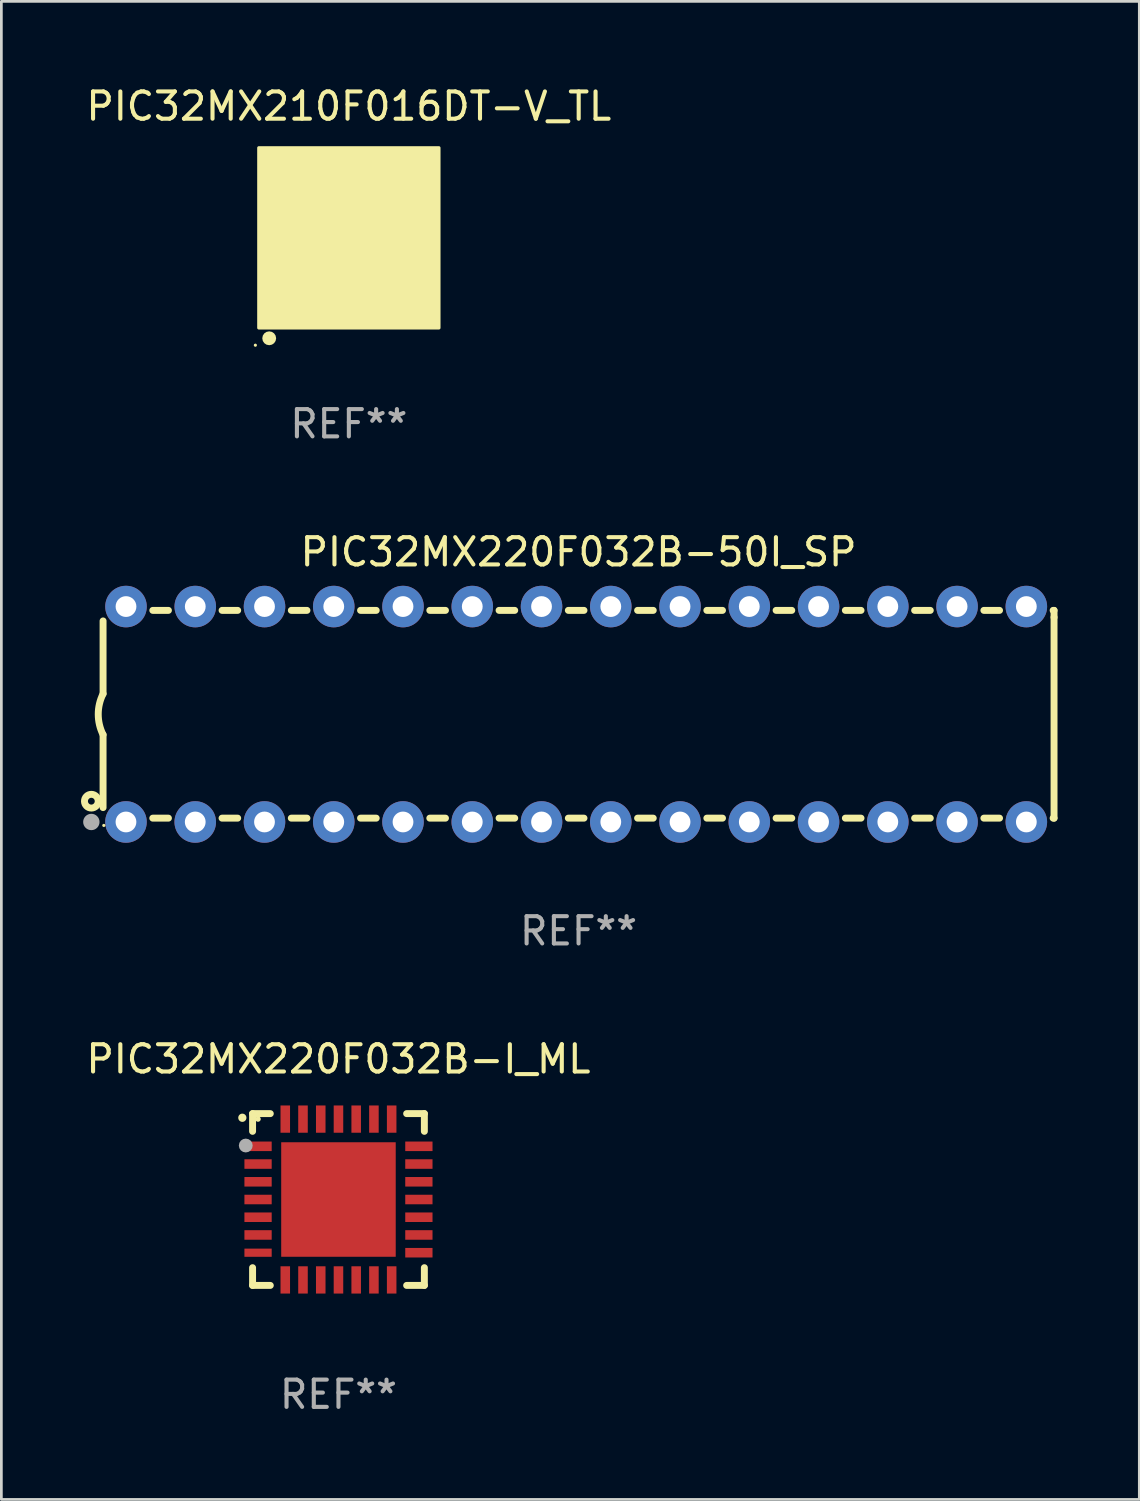
<source format=kicad_pcb>
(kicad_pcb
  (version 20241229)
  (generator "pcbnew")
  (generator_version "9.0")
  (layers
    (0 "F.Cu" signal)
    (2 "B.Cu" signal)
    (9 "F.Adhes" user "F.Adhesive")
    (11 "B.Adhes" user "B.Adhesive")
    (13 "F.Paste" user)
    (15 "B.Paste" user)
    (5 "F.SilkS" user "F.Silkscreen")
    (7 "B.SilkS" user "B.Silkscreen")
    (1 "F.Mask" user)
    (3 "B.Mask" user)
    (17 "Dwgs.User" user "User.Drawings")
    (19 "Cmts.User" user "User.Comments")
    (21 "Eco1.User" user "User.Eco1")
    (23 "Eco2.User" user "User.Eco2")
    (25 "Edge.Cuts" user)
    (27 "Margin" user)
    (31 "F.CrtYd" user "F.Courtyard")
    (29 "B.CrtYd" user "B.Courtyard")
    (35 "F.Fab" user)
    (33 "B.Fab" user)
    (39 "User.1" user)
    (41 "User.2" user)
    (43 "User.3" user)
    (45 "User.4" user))
  (footprint "PIC32MX220F032B-I_ML"
    (layer "F.Cu")
    (at 9.363 40.941)
    (property "Reference" "PIC32MX220F032B-I_ML" (at 0 -5.15 0) (layer "F.SilkS") (effects (font (size 1 1) (thickness 0.15))))
    (attr through_hole)
    (fp_line (start -3.15 -3.15) (end -2.5 -3.15) (stroke (width 0.254) (type solid)) (layer "F.SilkS"))
    (fp_line (start -3.15 -2.5) (end -3.15 -3.15) (stroke (width 0.254) (type solid)) (layer "F.SilkS"))
    (fp_line (start -3.15 3.15) (end -3.15 2.5) (stroke (width 0.254) (type solid)) (layer "F.SilkS"))
    (fp_line (start -2.5 3.15) (end -3.15 3.15) (stroke (width 0.254) (type solid)) (layer "F.SilkS"))
    (fp_line (start 2.5 -3.15) (end 3.15 -3.15) (stroke (width 0.254) (type solid)) (layer "F.SilkS"))
    (fp_line (start 2.5 3.15) (end 3.15 3.15) (stroke (width 0.254) (type solid)) (layer "F.SilkS"))
    (fp_line (start 3.15 -3.15) (end 3.15 -2.5) (stroke (width 0.254) (type solid)) (layer "F.SilkS"))
    (fp_line (start 3.15 3.15) (end 3.15 2.5) (stroke (width 0.254) (type solid)) (layer "F.SilkS"))
    (fp_arc (start -3.525527 -2.997206) (mid -3.525532 -2.998476) (end -3.525527 -2.999746) (stroke (width 0.3) (type solid)) (layer "F.SilkS"))
    (fp_circle (center -2.95 -2.95) (end -2.9 -2.95) (stroke (width 0.1) (type solid)) (fill no) (layer "F.SilkS"))
    (fp_circle (center -3.4 -1.98) (end -3.273 -1.98) (stroke (width 0.254) (type solid)) (fill no) (layer "F.Fab"))
    (fp_text user "REF**" (at 0 7.15 0) (layer "F.Fab") (effects (font (size 1 1) (thickness 0.15))))
    (pad "1" smd rect (at -2.949 -1.951 90) (size 0.35 1) (layers "F.Cu" "F.Mask" "F.Paste"))
    (pad "2" smd rect (at -2.949 -1.301 90) (size 0.35 1) (layers "F.Cu" "F.Mask" "F.Paste"))
    (pad "3" smd rect (at -2.949 -0.65 90) (size 0.35 1) (layers "F.Cu" "F.Mask" "F.Paste"))
    (pad "4" smd rect (at -2.949 -0.000025 90) (size 0.35 1) (layers "F.Cu" "F.Mask" "F.Paste"))
    (pad "5" smd rect (at -2.949 0.65 90) (size 0.35 1) (layers "F.Cu" "F.Mask" "F.Paste"))
    (pad "6" smd rect (at -2.949 1.3 90) (size 0.35 1) (layers "F.Cu" "F.Mask" "F.Paste"))
    (pad "7" smd rect (at -2.949 1.951 90) (size 0.3 1) (layers "F.Cu" "F.Mask" "F.Paste"))
    (pad "8" smd rect (at -1.951 2.949) (size 0.35 1) (layers "F.Cu" "F.Mask" "F.Paste"))
    (pad "9" smd rect (at -1.301 2.949) (size 0.35 1) (layers "F.Cu" "F.Mask" "F.Paste"))
    (pad "10" smd rect (at -0.65 2.949) (size 0.35 1) (layers "F.Cu" "F.Mask" "F.Paste"))
    (pad "11" smd rect (at -0.000076 2.949) (size 0.35 1) (layers "F.Cu" "F.Mask" "F.Paste"))
    (pad "12" smd rect (at 0.65 2.949) (size 0.35 1) (layers "F.Cu" "F.Mask" "F.Paste"))
    (pad "13" smd rect (at 1.3 2.949) (size 0.35 1) (layers "F.Cu" "F.Mask" "F.Paste"))
    (pad "14" smd rect (at 1.951 2.949) (size 0.35 1) (layers "F.Cu" "F.Mask" "F.Paste"))
    (pad "15" smd rect (at 2.949 1.951 90) (size 0.35 1) (layers "F.Cu" "F.Mask" "F.Paste"))
    (pad "16" smd rect (at 2.949 1.3 90) (size 0.35 1) (layers "F.Cu" "F.Mask" "F.Paste"))
    (pad "17" smd rect (at 2.949 0.65 90) (size 0.35 1) (layers "F.Cu" "F.Mask" "F.Paste"))
    (pad "18" smd rect (at 2.949 -0.000025 90) (size 0.35 1) (layers "F.Cu" "F.Mask" "F.Paste"))
    (pad "19" smd rect (at 2.949 -0.65 90) (size 0.35 1) (layers "F.Cu" "F.Mask" "F.Paste"))
    (pad "20" smd rect (at 2.949 -1.301 90) (size 0.35 1) (layers "F.Cu" "F.Mask" "F.Paste"))
    (pad "21" smd rect (at 2.949 -1.951 90) (size 0.35 1) (layers "F.Cu" "F.Mask" "F.Paste"))
    (pad "22" smd rect (at 1.951 -2.949) (size 0.35 1) (layers "F.Cu" "F.Mask" "F.Paste"))
    (pad "23" smd rect (at 1.3 -2.949) (size 0.35 1) (layers "F.Cu" "F.Mask" "F.Paste"))
    (pad "24" smd rect (at 0.65 -2.949) (size 0.35 1) (layers "F.Cu" "F.Mask" "F.Paste"))
    (pad "25" smd rect (at -0.000076 -2.949) (size 0.35 1) (layers "F.Cu" "F.Mask" "F.Paste"))
    (pad "26" smd rect (at -0.65 -2.949) (size 0.35 1) (layers "F.Cu" "F.Mask" "F.Paste"))
    (pad "27" smd rect (at -1.301 -2.949) (size 0.35 1) (layers "F.Cu" "F.Mask" "F.Paste"))
    (pad "28" smd rect (at -1.951 -2.949) (size 0.35 1) (layers "F.Cu" "F.Mask" "F.Paste"))
    (pad "29" smd rect (at -0.000076 -0.000025) (size 4.2 4.2) (layers "F.Cu" "F.Mask" "F.Paste")))
  (footprint "PIC32MX220F032B-50I_SP"
    (layer "F.Cu")
    (at 18.168 23.145)
    (property "Reference" "PIC32MX220F032B-50I_SP" (at 0 -5.95 0) (layer "F.SilkS") (effects (font (size 1 1) (thickness 0.15))))
    (attr through_hole)
    (fp_line (start -17.438 0.75) (end -17.438 3.423) (stroke (width 0.254) (type solid)) (layer "F.SilkS"))
    (fp_line (start -17.438 -3.423) (end -17.438 -0.75) (stroke (width 0.254) (type solid)) (layer "F.SilkS"))
    (fp_line (start -15.615 3.81) (end -15.041 3.81) (stroke (width 0.254) (type solid)) (layer "F.SilkS"))
    (fp_line (start -15.041 -3.81) (end -15.614 -3.81) (stroke (width 0.254) (type solid)) (layer "F.SilkS"))
    (fp_line (start -13.075 3.81) (end -12.501 3.81) (stroke (width 0.254) (type solid)) (layer "F.SilkS"))
    (fp_line (start -12.501 -3.81) (end -13.074 -3.81) (stroke (width 0.254) (type solid)) (layer "F.SilkS"))
    (fp_line (start -10.535 3.81) (end -9.961 3.81) (stroke (width 0.254) (type solid)) (layer "F.SilkS"))
    (fp_line (start -9.961 -3.81) (end -10.534 -3.81) (stroke (width 0.254) (type solid)) (layer "F.SilkS"))
    (fp_line (start -7.995 3.81) (end -7.421 3.81) (stroke (width 0.254) (type solid)) (layer "F.SilkS"))
    (fp_line (start -7.421 -3.81) (end -7.995 -3.81) (stroke (width 0.254) (type solid)) (layer "F.SilkS"))
    (fp_line (start -5.455 3.81) (end -4.881 3.81) (stroke (width 0.254) (type solid)) (layer "F.SilkS"))
    (fp_line (start -4.881 -3.81) (end -5.455 -3.81) (stroke (width 0.254) (type solid)) (layer "F.SilkS"))
    (fp_line (start -2.915 3.81) (end -2.341 3.81) (stroke (width 0.254) (type solid)) (layer "F.SilkS"))
    (fp_line (start -2.341 -3.81) (end -2.915 -3.81) (stroke (width 0.254) (type solid)) (layer "F.SilkS"))
    (fp_line (start -0.375 3.81) (end 0.199 3.81) (stroke (width 0.254) (type solid)) (layer "F.SilkS"))
    (fp_line (start 0.199 -3.81) (end -0.375 -3.81) (stroke (width 0.254) (type solid)) (layer "F.SilkS"))
    (fp_line (start 2.165 3.81) (end 2.739 3.81) (stroke (width 0.254) (type solid)) (layer "F.SilkS"))
    (fp_line (start 2.739 -3.81) (end 2.165 -3.81) (stroke (width 0.254) (type solid)) (layer "F.SilkS"))
    (fp_line (start 4.705 3.81) (end 5.279 3.81) (stroke (width 0.254) (type solid)) (layer "F.SilkS"))
    (fp_line (start 5.279 -3.81) (end 4.705 -3.81) (stroke (width 0.254) (type solid)) (layer "F.SilkS"))
    (fp_line (start 7.245 3.81) (end 7.819 3.81) (stroke (width 0.254) (type solid)) (layer "F.SilkS"))
    (fp_line (start 7.819 -3.81) (end 7.245 -3.81) (stroke (width 0.254) (type solid)) (layer "F.SilkS"))
    (fp_line (start 9.785 3.81) (end 10.359 3.81) (stroke (width 0.254) (type solid)) (layer "F.SilkS"))
    (fp_line (start 10.359 -3.81) (end 9.785 -3.81) (stroke (width 0.254) (type solid)) (layer "F.SilkS"))
    (fp_line (start 12.325 3.81) (end 12.899 3.81) (stroke (width 0.254) (type solid)) (layer "F.SilkS"))
    (fp_line (start 12.899 -3.81) (end 12.325 -3.81) (stroke (width 0.254) (type solid)) (layer "F.SilkS"))
    (fp_line (start 14.865 3.81) (end 15.439 3.81) (stroke (width 0.254) (type solid)) (layer "F.SilkS"))
    (fp_line (start 15.439 -3.81) (end 14.865 -3.81) (stroke (width 0.254) (type solid)) (layer "F.SilkS"))
    (fp_line (start 17.405 3.81) (end 17.438 3.81) (stroke (width 0.254) (type solid)) (layer "F.SilkS"))
    (fp_line (start 17.438 -3.81) (end 17.405 -3.81) (stroke (width 0.254) (type solid)) (layer "F.SilkS"))
    (fp_line (start 17.438 -3.556) (end 17.438 -3.81) (stroke (width 0.254) (type solid)) (layer "F.SilkS"))
    (fp_line (start 17.438 3.81) (end 17.438 -3.556) (stroke (width 0.254) (type solid)) (layer "F.SilkS"))
    (fp_arc (start -17.437986 0.749657) (mid -17.614887 -0.000024) (end -17.437783 -0.749657) (stroke (width 0.254001) (type solid)) (layer "F.SilkS"))
    (fp_circle (center -17.868 3.188) (end -17.743 3.188) (stroke (width 0.254) (type solid)) (fill no) (layer "F.SilkS"))
    (fp_circle (center -17.411 4.077) (end -17.381 4.077) (stroke (width 0.06) (type solid)) (fill no) (layer "F.SilkS"))
    (fp_circle (center -17.868 3.95) (end -17.718 3.95) (stroke (width 0.3) (type solid)) (fill no) (layer "F.Fab"))
    (fp_text user "REF**" (at 0 7.95 0) (layer "F.Fab") (effects (font (size 1 1) (thickness 0.15))))
    (pad "1" thru_hole circle (at -16.598 3.95) (size 1.524 1.524) (drill 0.762) (layers "*.Cu" "*.Mask"))
    (pad "2" thru_hole circle (at -14.058 3.95) (size 1.524 1.524) (drill 0.762) (layers "*.Cu" "*.Mask"))
    (pad "3" thru_hole circle (at -11.518 3.95) (size 1.524 1.524) (drill 0.762) (layers "*.Cu" "*.Mask"))
    (pad "4" thru_hole circle (at -8.978 3.95) (size 1.524 1.524) (drill 0.762) (layers "*.Cu" "*.Mask"))
    (pad "5" thru_hole circle (at -6.438 3.95) (size 1.524 1.524) (drill 0.762) (layers "*.Cu" "*.Mask"))
    (pad "6" thru_hole circle (at -3.898 3.95) (size 1.524 1.524) (drill 0.762) (layers "*.Cu" "*.Mask"))
    (pad "7" thru_hole circle (at -1.358 3.95) (size 1.524 1.524) (drill 0.762) (layers "*.Cu" "*.Mask"))
    (pad "8" thru_hole circle (at 1.182 3.95) (size 1.524 1.524) (drill 0.762) (layers "*.Cu" "*.Mask"))
    (pad "9" thru_hole circle (at 3.722 3.95) (size 1.524 1.524) (drill 0.762) (layers "*.Cu" "*.Mask"))
    (pad "10" thru_hole circle (at 6.262 3.95) (size 1.524 1.524) (drill 0.762) (layers "*.Cu" "*.Mask"))
    (pad "11" thru_hole circle (at 8.802 3.95) (size 1.524 1.524) (drill 0.762) (layers "*.Cu" "*.Mask"))
    (pad "12" thru_hole circle (at 11.342 3.95) (size 1.524 1.524) (drill 0.762) (layers "*.Cu" "*.Mask"))
    (pad "13" thru_hole circle (at 13.882 3.95) (size 1.524 1.524) (drill 0.762) (layers "*.Cu" "*.Mask"))
    (pad "14" thru_hole circle (at 16.422 3.95) (size 1.524 1.524) (drill 0.762) (layers "*.Cu" "*.Mask"))
    (pad "15" thru_hole circle (at 16.422 -3.95) (size 1.524 1.524) (drill 0.762) (layers "*.Cu" "*.Mask"))
    (pad "16" thru_hole circle (at 13.882 -3.95) (size 1.524 1.524) (drill 0.762) (layers "*.Cu" "*.Mask"))
    (pad "17" thru_hole circle (at 11.342 -3.95) (size 1.524 1.524) (drill 0.762) (layers "*.Cu" "*.Mask"))
    (pad "18" thru_hole circle (at 8.802 -3.95) (size 1.524 1.524) (drill 0.762) (layers "*.Cu" "*.Mask"))
    (pad "19" thru_hole circle (at 6.262 -3.95) (size 1.524 1.524) (drill 0.762) (layers "*.Cu" "*.Mask"))
    (pad "20" thru_hole circle (at 3.722 -3.95) (size 1.524 1.524) (drill 0.762) (layers "*.Cu" "*.Mask"))
    (pad "21" thru_hole circle (at 1.182 -3.95) (size 1.524 1.524) (drill 0.762) (layers "*.Cu" "*.Mask"))
    (pad "22" thru_hole circle (at -1.358 -3.95) (size 1.524 1.524) (drill 0.762) (layers "*.Cu" "*.Mask"))
    (pad "23" thru_hole circle (at -3.898 -3.95) (size 1.524 1.524) (drill 0.762) (layers "*.Cu" "*.Mask"))
    (pad "24" thru_hole circle (at -6.438 -3.95) (size 1.524 1.524) (drill 0.762) (layers "*.Cu" "*.Mask"))
    (pad "25" thru_hole circle (at -8.978 -3.95) (size 1.524 1.524) (drill 0.762) (layers "*.Cu" "*.Mask"))
    (pad "26" thru_hole circle (at -11.517 -3.95) (size 1.524 1.524) (drill 0.762) (layers "*.Cu" "*.Mask"))
    (pad "27" thru_hole circle (at -14.057 -3.95) (size 1.524 1.524) (drill 0.762) (layers "*.Cu" "*.Mask"))
    (pad "28" thru_hole circle (at -16.597 -3.95) (size 1.524 1.524) (drill 0.762) (layers "*.Cu" "*.Mask")))
  (footprint "PIC32MX210F016DT-V_TL"
    (layer "F.Cu")
    (at 9.744 5.673)
    (property "Reference" "PIC32MX210F016DT-V_TL" (at 0 -4.825 0) (layer "F.SilkS") (effects (font (size 1 1) (thickness 0.15))))
    (attr through_hole)
    (fp_circle (center -3.429 3.937) (end -3.399 3.937) (stroke (width 0.06) (type solid)) (fill no) (layer "F.SilkS"))
    (fp_circle (center -2.921 3.683) (end -2.794 3.683) (stroke (width 0.254) (type solid)) (fill no) (layer "F.SilkS"))
    (fp_poly (pts (xy -3.302 -3.302) (xy 3.302 -3.302) (xy 3.302 3.302) (xy -3.302 3.302)) (stroke (width 0.12) (type solid)) (fill yes) (layer "F.SilkS"))
    (fp_text user "REF**" (at 0 6.825 0) (layer "F.Fab") (effects (font (size 1 1) (thickness 0.15))))
    (pad "1" smd rect (at -2.25 2.825) (size 0.3 0.45) (layers "F.Cu" "F.Mask" "F.Paste"))
    (pad "2" smd rect (at -1.75 2.825) (size 0.3 0.45) (layers "F.Cu" "F.Mask" "F.Paste"))
    (pad "3" smd rect (at -1.25 2.825) (size 0.3 0.45) (layers "F.Cu" "F.Mask" "F.Paste"))
    (pad "4" smd rect (at -0.75 2.825) (size 0.3 0.45) (layers "F.Cu" "F.Mask" "F.Paste"))
    (pad "5" smd rect (at -0.25 2.825) (size 0.3 0.45) (layers "F.Cu" "F.Mask" "F.Paste"))
    (pad "6" smd rect (at 0.25 2.825) (size 0.3 0.45) (layers "F.Cu" "F.Mask" "F.Paste"))
    (pad "7" smd rect (at 0.75 2.825) (size 0.3 0.45) (layers "F.Cu" "F.Mask" "F.Paste"))
    (pad "8" smd rect (at 1.25 2.825) (size 0.3 0.45) (layers "F.Cu" "F.Mask" "F.Paste"))
    (pad "9" smd rect (at 1.75 2.825) (size 0.3 0.45) (layers "F.Cu" "F.Mask" "F.Paste"))
    (pad "10" smd rect (at 2.25 2.825) (size 0.3 0.45) (layers "F.Cu" "F.Mask" "F.Paste"))
    (pad "11" smd rect (at 2.825 2.825 90) (size 0.45 0.45) (layers "F.Cu" "F.Mask" "F.Paste"))
    (pad "12" smd rect (at 2.825 2.25 90) (size 0.3 0.45) (layers "F.Cu" "F.Mask" "F.Paste"))
    (pad "13" smd rect (at 2.825 1.75 90) (size 0.3 0.45) (layers "F.Cu" "F.Mask" "F.Paste"))
    (pad "14" smd rect (at 2.825 1.25 90) (size 0.3 0.45) (layers "F.Cu" "F.Mask" "F.Paste"))
    (pad "15" smd rect (at 2.825 0.75 90) (size 0.3 0.45) (layers "F.Cu" "F.Mask" "F.Paste"))
    (pad "16" smd rect (at 2.825 0.25 90) (size 0.3 0.45) (layers "F.Cu" "F.Mask" "F.Paste"))
    (pad "17" smd rect (at 2.825 -0.25 90) (size 0.3 0.45) (layers "F.Cu" "F.Mask" "F.Paste"))
    (pad "18" smd rect (at 2.825 -0.75 90) (size 0.3 0.45) (layers "F.Cu" "F.Mask" "F.Paste"))
    (pad "19" smd rect (at 2.825 -1.25 90) (size 0.3 0.45) (layers "F.Cu" "F.Mask" "F.Paste"))
    (pad "20" smd rect (at 2.825 -1.75 90) (size 0.3 0.45) (layers "F.Cu" "F.Mask" "F.Paste"))
    (pad "21" smd rect (at 2.825 -2.25 90) (size 0.3 0.45) (layers "F.Cu" "F.Mask" "F.Paste"))
    (pad "22" smd rect (at 2.825 -2.825 90) (size 0.45 0.45) (layers "F.Cu" "F.Mask" "F.Paste"))
    (pad "23" smd rect (at 2.25 -2.825) (size 0.3 0.45) (layers "F.Cu" "F.Mask" "F.Paste"))
    (pad "24" smd rect (at 1.75 -2.825) (size 0.3 0.45) (layers "F.Cu" "F.Mask" "F.Paste"))
    (pad "25" smd rect (at 1.25 -2.825) (size 0.3 0.45) (layers "F.Cu" "F.Mask" "F.Paste"))
    (pad "26" smd rect (at 0.75 -2.825) (size 0.3 0.45) (layers "F.Cu" "F.Mask" "F.Paste"))
    (pad "27" smd rect (at 0.25 -2.825) (size 0.3 0.45) (layers "F.Cu" "F.Mask" "F.Paste"))
    (pad "28" smd rect (at -0.25 -2.825) (size 0.3 0.45) (layers "F.Cu" "F.Mask" "F.Paste"))
    (pad "29" smd rect (at -0.75 -2.825) (size 0.3 0.45) (layers "F.Cu" "F.Mask" "F.Paste"))
    (pad "30" smd rect (at -1.25 -2.825) (size 0.3 0.45) (layers "F.Cu" "F.Mask" "F.Paste"))
    (pad "31" smd rect (at -1.75 -2.825) (size 0.3 0.45) (layers "F.Cu" "F.Mask" "F.Paste"))
    (pad "32" smd rect (at -2.25 -2.825) (size 0.3 0.45) (layers "F.Cu" "F.Mask" "F.Paste"))
    (pad "33" smd rect (at -2.825 -2.825 90) (size 0.45 0.45) (layers "F.Cu" "F.Mask" "F.Paste"))
    (pad "34" smd rect (at -2.825 -2.25 90) (size 0.3 0.45) (layers "F.Cu" "F.Mask" "F.Paste"))
    (pad "35" smd rect (at -2.825 -1.75 90) (size 0.3 0.45) (layers "F.Cu" "F.Mask" "F.Paste"))
    (pad "36" smd rect (at -2.825 -1.25 90) (size 0.3 0.45) (layers "F.Cu" "F.Mask" "F.Paste"))
    (pad "37" smd rect (at -2.825 -0.75 90) (size 0.3 0.45) (layers "F.Cu" "F.Mask" "F.Paste"))
    (pad "38" smd rect (at -2.825 -0.25 90) (size 0.3 0.45) (layers "F.Cu" "F.Mask" "F.Paste"))
    (pad "39" smd rect (at -2.825 0.25 90) (size 0.3 0.45) (layers "F.Cu" "F.Mask" "F.Paste"))
    (pad "40" smd rect (at -2.825 0.75 90) (size 0.3 0.45) (layers "F.Cu" "F.Mask" "F.Paste"))
    (pad "41" smd rect (at -2.825 1.25 90) (size 0.3 0.45) (layers "F.Cu" "F.Mask" "F.Paste"))
    (pad "42" smd rect (at -2.825 1.75 90) (size 0.3 0.45) (layers "F.Cu" "F.Mask" "F.Paste"))
    (pad "43" smd rect (at -2.825 2.25 90) (size 0.3 0.45) (layers "F.Cu" "F.Mask" "F.Paste"))
    (pad "44" smd rect (at -2.825 2.825 90) (size 0.45 0.45) (layers "F.Cu" "F.Mask" "F.Paste"))
    (pad "45" smd rect (at 0 0 90) (size 4.6 4.6) (layers "F.Cu" "F.Mask" "F.Paste")))
  (gr_rect
    (start -3 -3)
    (end 38.733 51.94)
    (stroke (width 0.1) (type default))
    (fill no)
    (layer "Edge.Cuts")))
</source>
